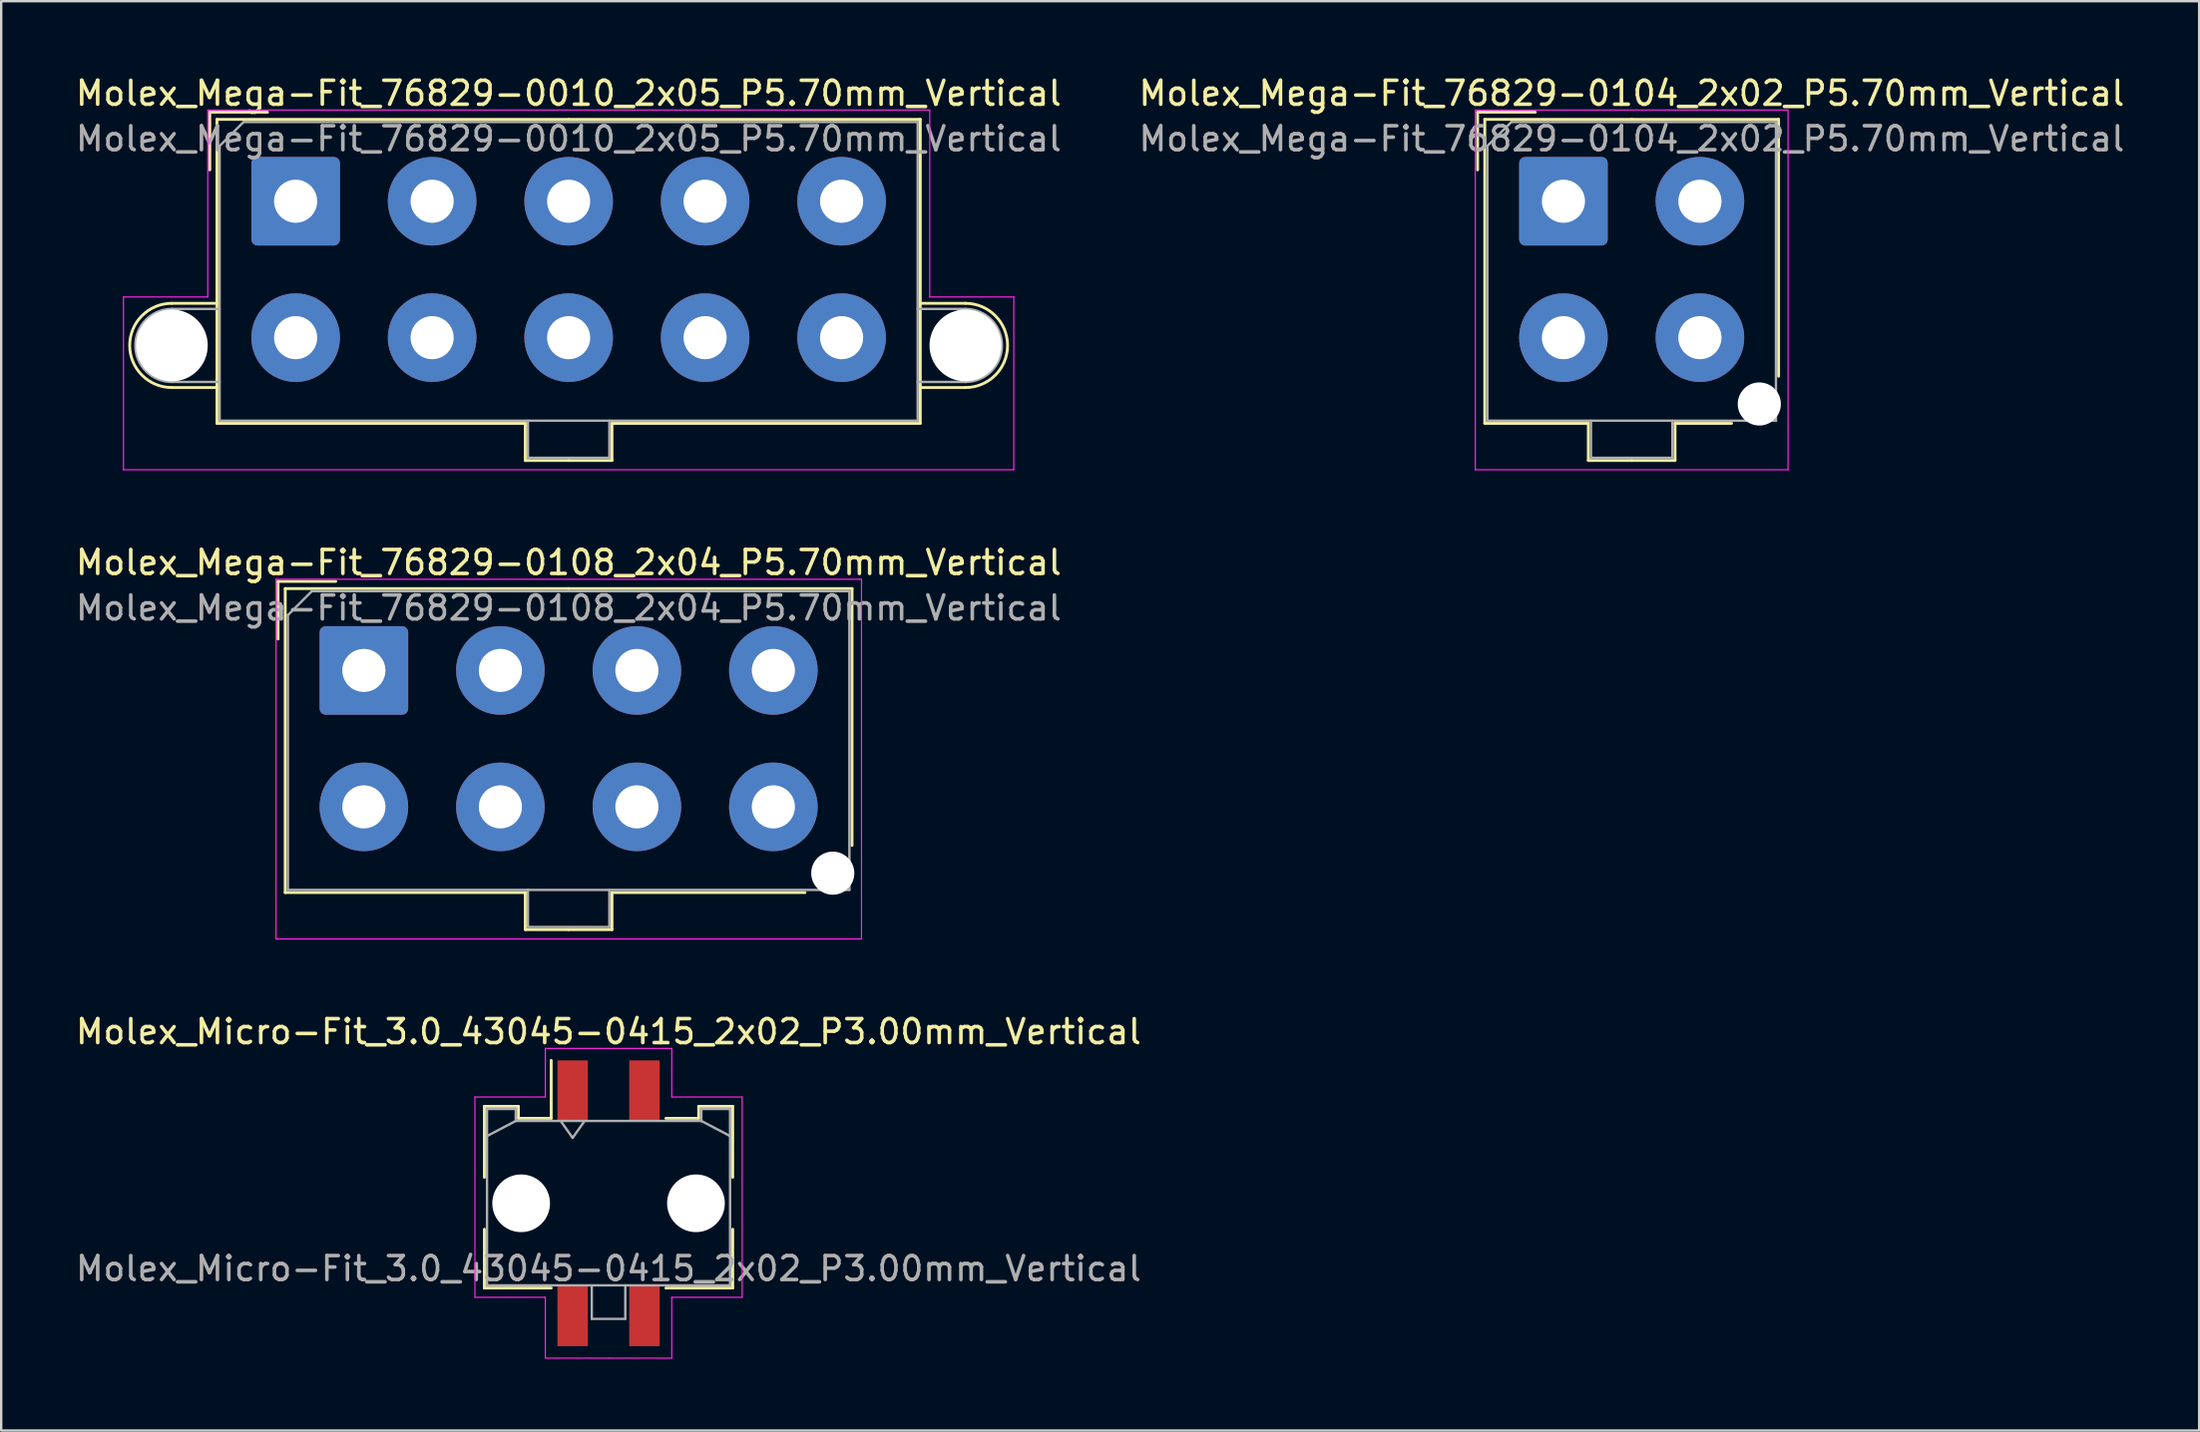
<source format=kicad_pcb>
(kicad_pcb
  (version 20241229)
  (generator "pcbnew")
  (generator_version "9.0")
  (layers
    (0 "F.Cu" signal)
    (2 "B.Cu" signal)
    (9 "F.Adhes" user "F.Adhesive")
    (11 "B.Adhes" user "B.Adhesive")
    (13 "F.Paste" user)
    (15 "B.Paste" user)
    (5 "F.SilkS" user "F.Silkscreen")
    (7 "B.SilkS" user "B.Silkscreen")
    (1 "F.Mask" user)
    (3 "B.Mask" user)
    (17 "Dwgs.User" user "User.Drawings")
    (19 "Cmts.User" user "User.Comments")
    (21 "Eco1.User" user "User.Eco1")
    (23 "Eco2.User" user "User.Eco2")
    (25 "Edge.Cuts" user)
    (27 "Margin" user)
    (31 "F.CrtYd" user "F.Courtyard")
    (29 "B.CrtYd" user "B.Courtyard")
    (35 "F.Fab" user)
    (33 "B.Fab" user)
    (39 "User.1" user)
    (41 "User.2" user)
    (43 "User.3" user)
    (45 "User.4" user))
  (footprint "Molex_Mega-Fit_76829-0010_2x05_P5.70mm_Vertical"
    (layer "F.Cu")
    (at 9.296 5.358)
    (property "Reference" "Molex_Mega-Fit_76829-0010_2x05_P5.70mm_Vertical" (at 11.4 -4.51 0) (layer "F.SilkS") (effects (font (size 1 1) (thickness 0.15))))
    (attr through_hole)
    (fp_line (start -5.17 4.265) (end -3.285 4.265) (stroke (width 0.12) (type solid)) (layer "F.SilkS"))
    (fp_line (start -5.17 7.785) (end -3.285 7.785) (stroke (width 0.12) (type solid)) (layer "F.SilkS"))
    (fp_line (start -3.585 -3.72) (end -1.175 -3.72) (stroke (width 0.12) (type solid)) (layer "F.SilkS"))
    (fp_line (start -3.585 -1.31) (end -3.585 -3.72) (stroke (width 0.12) (type solid)) (layer "F.SilkS"))
    (fp_line (start -3.285 -3.42) (end -3.285 9.28) (stroke (width 0.12) (type solid)) (layer "F.SilkS"))
    (fp_line (start -3.285 9.28) (end 9.59 9.28) (stroke (width 0.12) (type solid)) (layer "F.SilkS"))
    (fp_line (start 9.59 9.28) (end 9.59 10.83) (stroke (width 0.12) (type solid)) (layer "F.SilkS"))
    (fp_line (start 9.59 10.83) (end 11.4 10.83) (stroke (width 0.12) (type solid)) (layer "F.SilkS"))
    (fp_line (start 11.4 -3.42) (end -3.285 -3.42) (stroke (width 0.12) (type solid)) (layer "F.SilkS"))
    (fp_line (start 11.4 -3.42) (end 26.085 -3.42) (stroke (width 0.12) (type solid)) (layer "F.SilkS"))
    (fp_line (start 13.21 9.28) (end 13.21 10.83) (stroke (width 0.12) (type solid)) (layer "F.SilkS"))
    (fp_line (start 13.21 10.83) (end 11.4 10.83) (stroke (width 0.12) (type solid)) (layer "F.SilkS"))
    (fp_line (start 26.085 -3.42) (end 26.085 9.28) (stroke (width 0.12) (type solid)) (layer "F.SilkS"))
    (fp_line (start 26.085 9.28) (end 13.21 9.28) (stroke (width 0.12) (type solid)) (layer "F.SilkS"))
    (fp_line (start 27.97 4.265) (end 26.085 4.265) (stroke (width 0.12) (type solid)) (layer "F.SilkS"))
    (fp_line (start 27.97 7.785) (end 26.085 7.785) (stroke (width 0.12) (type solid)) (layer "F.SilkS"))
    (fp_arc (start -5.17 7.785) (mid -6.93 6.025) (end -5.17 4.265) (stroke (width 0.12) (type solid)) (layer "F.SilkS"))
    (fp_arc (start 27.97 4.265) (mid 29.73 6.025) (end 27.97 7.785) (stroke (width 0.12) (type solid)) (layer "F.SilkS"))
    (fp_line (start -7.19 4) (end -7.19 11.22) (stroke (width 0.05) (type solid)) (layer "F.CrtYd"))
    (fp_line (start -7.19 11.22) (end 29.99 11.22) (stroke (width 0.05) (type solid)) (layer "F.CrtYd"))
    (fp_line (start -3.67 -3.81) (end -3.67 4) (stroke (width 0.05) (type solid)) (layer "F.CrtYd"))
    (fp_line (start -3.67 4) (end -7.19 4) (stroke (width 0.05) (type solid)) (layer "F.CrtYd"))
    (fp_line (start 26.48 -3.81) (end -3.67 -3.81) (stroke (width 0.05) (type solid)) (layer "F.CrtYd"))
    (fp_line (start 26.48 4) (end 26.48 -3.81) (stroke (width 0.05) (type solid)) (layer "F.CrtYd"))
    (fp_line (start 29.99 4) (end 26.48 4) (stroke (width 0.05) (type solid)) (layer "F.CrtYd"))
    (fp_line (start 29.99 11.22) (end 29.99 4) (stroke (width 0.05) (type solid)) (layer "F.CrtYd"))
    (fp_line (start -5.17 4.5) (end -3.175 4.5) (stroke (width 0.1) (type solid)) (layer "F.Fab"))
    (fp_line (start -5.17 7.55) (end -3.175 7.55) (stroke (width 0.1) (type solid)) (layer "F.Fab"))
    (fp_line (start -3.175 -2.31) (end -3.175 9.17) (stroke (width 0.1) (type solid)) (layer "F.Fab"))
    (fp_line (start -3.175 9.17) (end 25.975 9.17) (stroke (width 0.1) (type solid)) (layer "F.Fab"))
    (fp_line (start -2.175 -3.31) (end -3.175 -2.31) (stroke (width 0.1) (type solid)) (layer "F.Fab"))
    (fp_line (start 9.7 9.17) (end 9.7 10.72) (stroke (width 0.1) (type solid)) (layer "F.Fab"))
    (fp_line (start 9.7 10.72) (end 13.1 10.72) (stroke (width 0.1) (type solid)) (layer "F.Fab"))
    (fp_line (start 13.1 10.72) (end 13.1 9.17) (stroke (width 0.1) (type solid)) (layer "F.Fab"))
    (fp_line (start 25.975 -3.31) (end -2.175 -3.31) (stroke (width 0.1) (type solid)) (layer "F.Fab"))
    (fp_line (start 25.975 9.17) (end 25.975 -3.31) (stroke (width 0.1) (type solid)) (layer "F.Fab"))
    (fp_line (start 27.97 4.5) (end 25.975 4.5) (stroke (width 0.1) (type solid)) (layer "F.Fab"))
    (fp_line (start 27.97 7.55) (end 25.975 7.55) (stroke (width 0.1) (type solid)) (layer "F.Fab"))
    (fp_arc (start -5.17 7.55) (mid -6.695 6.025) (end -5.17 4.5) (stroke (width 0.1) (type solid)) (layer "F.Fab"))
    (fp_arc (start 27.97 4.5) (mid 29.495 6.025) (end 27.97 7.55) (stroke (width 0.1) (type solid)) (layer "F.Fab"))
    (fp_text user "${REFERENCE}" (at 11.4 -2.61 0) (layer "F.Fab") (effects (font (size 1 1) (thickness 0.15))))
    (pad "" np_thru_hole circle (at -5.17 6.025) (size 3 3) (drill 3) (layers "*.Cu" "*.Mask"))
    (pad "" np_thru_hole circle (at 27.97 6.025) (size 3 3) (drill 3) (layers "*.Cu" "*.Mask"))
    (pad "1" thru_hole roundrect (at 0 0) (size 3.7 3.7) (drill 1.8) (layers "*.Cu" "*.Mask") (roundrect_rratio 0.068))
    (pad "2" thru_hole circle (at 5.7 0) (size 3.7 3.7) (drill 1.8) (layers "*.Cu" "*.Mask"))
    (pad "3" thru_hole circle (at 11.4 0) (size 3.7 3.7) (drill 1.8) (layers "*.Cu" "*.Mask"))
    (pad "4" thru_hole circle (at 17.1 0) (size 3.7 3.7) (drill 1.8) (layers "*.Cu" "*.Mask"))
    (pad "5" thru_hole circle (at 22.8 0) (size 3.7 3.7) (drill 1.8) (layers "*.Cu" "*.Mask"))
    (pad "6" thru_hole circle (at 0 5.7) (size 3.7 3.7) (drill 1.8) (layers "*.Cu" "*.Mask"))
    (pad "7" thru_hole circle (at 5.7 5.7) (size 3.7 3.7) (drill 1.8) (layers "*.Cu" "*.Mask"))
    (pad "8" thru_hole circle (at 11.4 5.7) (size 3.7 3.7) (drill 1.8) (layers "*.Cu" "*.Mask"))
    (pad "9" thru_hole circle (at 17.1 5.7) (size 3.7 3.7) (drill 1.8) (layers "*.Cu" "*.Mask"))
    (pad "10" thru_hole circle (at 22.8 5.7) (size 3.7 3.7) (drill 1.8) (layers "*.Cu" "*.Mask")))
  (footprint "Molex_Micro-Fit_3.0_43045-0415_2x02_P3.00mm_Vertical"
    (layer "F.Cu")
    (at 22.363 47.225)
    (property "Reference" "Molex_Micro-Fit_3.0_43045-0415_2x02_P3.00mm_Vertical" (at 0 -7.17 0) (layer "F.SilkS") (effects (font (size 1 1) (thickness 0.15))))
    (attr smd)
    (fp_line (start -5.185 -4.05) (end -3.765 -4.05) (stroke (width 0.12) (type solid)) (layer "F.SilkS"))
    (fp_line (start -5.185 -1.085) (end -5.185 -4.05) (stroke (width 0.12) (type solid)) (layer "F.SilkS"))
    (fp_line (start -5.185 1.085) (end -5.185 3.54) (stroke (width 0.12) (type solid)) (layer "F.SilkS"))
    (fp_line (start -5.185 3.54) (end -2.395 3.54) (stroke (width 0.12) (type solid)) (layer "F.SilkS"))
    (fp_line (start -3.765 -4.05) (end -3.765 -3.55) (stroke (width 0.12) (type solid)) (layer "F.SilkS"))
    (fp_line (start -3.765 -3.55) (end -2.395 -3.55) (stroke (width 0.12) (type solid)) (layer "F.SilkS"))
    (fp_line (start -2.395 -3.55) (end -2.395 -5.97) (stroke (width 0.12) (type solid)) (layer "F.SilkS"))
    (fp_line (start 3.765 -4.05) (end 3.765 -3.55) (stroke (width 0.12) (type solid)) (layer "F.SilkS"))
    (fp_line (start 3.765 -3.55) (end 2.395 -3.55) (stroke (width 0.12) (type solid)) (layer "F.SilkS"))
    (fp_line (start 5.185 -4.05) (end 3.765 -4.05) (stroke (width 0.12) (type solid)) (layer "F.SilkS"))
    (fp_line (start 5.185 -1.085) (end 5.185 -4.05) (stroke (width 0.12) (type solid)) (layer "F.SilkS"))
    (fp_line (start 5.185 1.085) (end 5.185 3.54) (stroke (width 0.12) (type solid)) (layer "F.SilkS"))
    (fp_line (start 5.185 3.54) (end 2.395 3.54) (stroke (width 0.12) (type solid)) (layer "F.SilkS"))
    (fp_line (start -5.58 -4.44) (end -5.58 3.93) (stroke (width 0.05) (type solid)) (layer "F.CrtYd"))
    (fp_line (start -5.58 3.93) (end -2.64 3.93) (stroke (width 0.05) (type solid)) (layer "F.CrtYd"))
    (fp_line (start -2.64 -6.47) (end -2.64 -4.44) (stroke (width 0.05) (type solid)) (layer "F.CrtYd"))
    (fp_line (start -2.64 -4.44) (end -5.58 -4.44) (stroke (width 0.05) (type solid)) (layer "F.CrtYd"))
    (fp_line (start -2.64 3.93) (end -2.64 6.47) (stroke (width 0.05) (type solid)) (layer "F.CrtYd"))
    (fp_line (start -2.64 6.47) (end 0 6.47) (stroke (width 0.05) (type solid)) (layer "F.CrtYd"))
    (fp_line (start 0 -6.47) (end -2.64 -6.47) (stroke (width 0.05) (type solid)) (layer "F.CrtYd"))
    (fp_line (start 0 -6.47) (end 2.64 -6.47) (stroke (width 0.05) (type solid)) (layer "F.CrtYd"))
    (fp_line (start 2.64 -6.47) (end 2.64 -4.44) (stroke (width 0.05) (type solid)) (layer "F.CrtYd"))
    (fp_line (start 2.64 -4.44) (end 5.58 -4.44) (stroke (width 0.05) (type solid)) (layer "F.CrtYd"))
    (fp_line (start 2.64 3.93) (end 2.64 6.47) (stroke (width 0.05) (type solid)) (layer "F.CrtYd"))
    (fp_line (start 2.64 6.47) (end 0 6.47) (stroke (width 0.05) (type solid)) (layer "F.CrtYd"))
    (fp_line (start 5.58 -4.44) (end 5.58 3.93) (stroke (width 0.05) (type solid)) (layer "F.CrtYd"))
    (fp_line (start 5.58 3.93) (end 2.64 3.93) (stroke (width 0.05) (type solid)) (layer "F.CrtYd"))
    (fp_line (start -5.075 -3.94) (end -5.075 3.43) (stroke (width 0.1) (type solid)) (layer "F.Fab"))
    (fp_line (start -5.075 -2.81) (end -3.875 -3.44) (stroke (width 0.1) (type solid)) (layer "F.Fab"))
    (fp_line (start -5.075 3.43) (end 5.075 3.43) (stroke (width 0.1) (type solid)) (layer "F.Fab"))
    (fp_line (start -3.875 -3.94) (end -5.075 -3.94) (stroke (width 0.1) (type solid)) (layer "F.Fab"))
    (fp_line (start -3.875 -3.44) (end -3.875 -3.94) (stroke (width 0.1) (type solid)) (layer "F.Fab"))
    (fp_line (start -2 -3.44) (end -1.5 -2.733) (stroke (width 0.1) (type solid)) (layer "F.Fab"))
    (fp_line (start -1.5 -2.733) (end -1 -3.44) (stroke (width 0.1) (type solid)) (layer "F.Fab"))
    (fp_line (start -0.7 3.43) (end -0.7 4.83) (stroke (width 0.1) (type solid)) (layer "F.Fab"))
    (fp_line (start -0.7 4.83) (end 0.7 4.83) (stroke (width 0.1) (type solid)) (layer "F.Fab"))
    (fp_line (start 0.7 4.83) (end 0.7 3.43) (stroke (width 0.1) (type solid)) (layer "F.Fab"))
    (fp_line (start 3.875 -3.94) (end 3.875 -3.44) (stroke (width 0.1) (type solid)) (layer "F.Fab"))
    (fp_line (start 3.875 -3.44) (end -3.875 -3.44) (stroke (width 0.1) (type solid)) (layer "F.Fab"))
    (fp_line (start 5.075 -3.94) (end 3.875 -3.94) (stroke (width 0.1) (type solid)) (layer "F.Fab"))
    (fp_line (start 5.075 -2.81) (end 3.875 -3.44) (stroke (width 0.1) (type solid)) (layer "F.Fab"))
    (fp_line (start 5.075 3.43) (end 5.075 -3.94) (stroke (width 0.1) (type solid)) (layer "F.Fab"))
    (fp_text user "${REFERENCE}" (at 0 2.73 0) (layer "F.Fab") (effects (font (size 1 1) (thickness 0.15))))
    (pad "" np_thru_hole circle (at -3.65 0) (size 2.41 2.41) (drill 2.41) (layers "*.Cu" "*.Mask"))
    (pad "" np_thru_hole circle (at 3.65 0) (size 2.41 2.41) (drill 2.41) (layers "*.Cu" "*.Mask"))
    (pad "1" smd rect (at -1.5 -4.7) (size 1.27 2.54) (layers "F.Cu" "F.Mask" "F.Paste"))
    (pad "2" smd rect (at 1.5 -4.7) (size 1.27 2.54) (layers "F.Cu" "F.Mask" "F.Paste"))
    (pad "3" smd rect (at -1.5 4.7) (size 1.27 2.54) (layers "F.Cu" "F.Mask" "F.Paste"))
    (pad "4" smd rect (at 1.5 4.7) (size 1.27 2.54) (layers "F.Cu" "F.Mask" "F.Paste")))
  (footprint "Molex_Mega-Fit_76829-0104_2x02_P5.70mm_Vertical"
    (layer "F.Cu")
    (at 62.239 5.358)
    (property "Reference" "Molex_Mega-Fit_76829-0104_2x02_P5.70mm_Vertical" (at 2.85 -4.51 0) (layer "F.SilkS") (effects (font (size 1 1) (thickness 0.15))))
    (attr through_hole)
    (fp_line (start -3.585 -3.72) (end -1.175 -3.72) (stroke (width 0.12) (type solid)) (layer "F.SilkS"))
    (fp_line (start -3.585 -1.31) (end -3.585 -3.72) (stroke (width 0.12) (type solid)) (layer "F.SilkS"))
    (fp_line (start -3.285 -3.42) (end -3.285 9.28) (stroke (width 0.12) (type solid)) (layer "F.SilkS"))
    (fp_line (start -3.285 9.28) (end 1.04 9.28) (stroke (width 0.12) (type solid)) (layer "F.SilkS"))
    (fp_line (start 1.04 9.28) (end 1.04 10.83) (stroke (width 0.12) (type solid)) (layer "F.SilkS"))
    (fp_line (start 1.04 10.83) (end 2.85 10.83) (stroke (width 0.12) (type solid)) (layer "F.SilkS"))
    (fp_line (start 2.85 -3.42) (end -3.285 -3.42) (stroke (width 0.12) (type solid)) (layer "F.SilkS"))
    (fp_line (start 2.85 -3.42) (end 8.985 -3.42) (stroke (width 0.12) (type solid)) (layer "F.SilkS"))
    (fp_line (start 4.66 9.28) (end 4.66 10.83) (stroke (width 0.12) (type solid)) (layer "F.SilkS"))
    (fp_line (start 4.66 10.83) (end 2.85 10.83) (stroke (width 0.12) (type solid)) (layer "F.SilkS"))
    (fp_line (start 7.02 9.28) (end 4.66 9.28) (stroke (width 0.12) (type solid)) (layer "F.SilkS"))
    (fp_line (start 8.985 -3.42) (end 8.985 7.31) (stroke (width 0.12) (type solid)) (layer "F.SilkS"))
    (fp_line (start -3.68 -3.81) (end -3.68 11.22) (stroke (width 0.05) (type solid)) (layer "F.CrtYd"))
    (fp_line (start -3.68 11.22) (end 9.38 11.22) (stroke (width 0.05) (type solid)) (layer "F.CrtYd"))
    (fp_line (start 9.38 -3.81) (end -3.68 -3.81) (stroke (width 0.05) (type solid)) (layer "F.CrtYd"))
    (fp_line (start 9.38 11.22) (end 9.38 -3.81) (stroke (width 0.05) (type solid)) (layer "F.CrtYd"))
    (fp_line (start -3.175 -2.31) (end -3.175 9.17) (stroke (width 0.1) (type solid)) (layer "F.Fab"))
    (fp_line (start -3.175 9.17) (end 8.875 9.17) (stroke (width 0.1) (type solid)) (layer "F.Fab"))
    (fp_line (start -2.175 -3.31) (end -3.175 -2.31) (stroke (width 0.1) (type solid)) (layer "F.Fab"))
    (fp_line (start 1.15 9.17) (end 1.15 10.72) (stroke (width 0.1) (type solid)) (layer "F.Fab"))
    (fp_line (start 1.15 10.72) (end 4.55 10.72) (stroke (width 0.1) (type solid)) (layer "F.Fab"))
    (fp_line (start 4.55 10.72) (end 4.55 9.17) (stroke (width 0.1) (type solid)) (layer "F.Fab"))
    (fp_line (start 8.875 -3.31) (end -2.175 -3.31) (stroke (width 0.1) (type solid)) (layer "F.Fab"))
    (fp_line (start 8.875 9.17) (end 8.875 -3.31) (stroke (width 0.1) (type solid)) (layer "F.Fab"))
    (fp_text user "${REFERENCE}" (at 2.85 -2.61 0) (layer "F.Fab") (effects (font (size 1 1) (thickness 0.15))))
    (pad "" np_thru_hole circle (at 8.18 8.47) (size 1.8 1.8) (drill 1.8) (layers "*.Cu" "*.Mask"))
    (pad "1" thru_hole roundrect (at 0 0) (size 3.7 3.7) (drill 1.8) (layers "*.Cu" "*.Mask") (roundrect_rratio 0.068))
    (pad "2" thru_hole circle (at 5.7 0) (size 3.7 3.7) (drill 1.8) (layers "*.Cu" "*.Mask"))
    (pad "3" thru_hole circle (at 0 5.7) (size 3.7 3.7) (drill 1.8) (layers "*.Cu" "*.Mask"))
    (pad "4" thru_hole circle (at 5.7 5.7) (size 3.7 3.7) (drill 1.8) (layers "*.Cu" "*.Mask")))
  (footprint "Molex_Mega-Fit_76829-0108_2x04_P5.70mm_Vertical"
    (layer "F.Cu")
    (at 12.146 24.962)
    (property "Reference" "Molex_Mega-Fit_76829-0108_2x04_P5.70mm_Vertical" (at 8.55 -4.51 0) (layer "F.SilkS") (effects (font (size 1 1) (thickness 0.15))))
    (attr through_hole)
    (fp_line (start -3.585 -3.72) (end -1.175 -3.72) (stroke (width 0.12) (type solid)) (layer "F.SilkS"))
    (fp_line (start -3.585 -1.31) (end -3.585 -3.72) (stroke (width 0.12) (type solid)) (layer "F.SilkS"))
    (fp_line (start -3.285 -3.42) (end -3.285 9.28) (stroke (width 0.12) (type solid)) (layer "F.SilkS"))
    (fp_line (start -3.285 9.28) (end 6.74 9.28) (stroke (width 0.12) (type solid)) (layer "F.SilkS"))
    (fp_line (start 6.74 9.28) (end 6.74 10.83) (stroke (width 0.12) (type solid)) (layer "F.SilkS"))
    (fp_line (start 6.74 10.83) (end 8.55 10.83) (stroke (width 0.12) (type solid)) (layer "F.SilkS"))
    (fp_line (start 8.55 -3.42) (end -3.285 -3.42) (stroke (width 0.12) (type solid)) (layer "F.SilkS"))
    (fp_line (start 8.55 -3.42) (end 20.385 -3.42) (stroke (width 0.12) (type solid)) (layer "F.SilkS"))
    (fp_line (start 10.36 9.28) (end 10.36 10.83) (stroke (width 0.12) (type solid)) (layer "F.SilkS"))
    (fp_line (start 10.36 10.83) (end 8.55 10.83) (stroke (width 0.12) (type solid)) (layer "F.SilkS"))
    (fp_line (start 18.42 9.28) (end 10.36 9.28) (stroke (width 0.12) (type solid)) (layer "F.SilkS"))
    (fp_line (start 20.385 -3.42) (end 20.385 7.31) (stroke (width 0.12) (type solid)) (layer "F.SilkS"))
    (fp_line (start -3.67 -3.81) (end -3.67 11.22) (stroke (width 0.05) (type solid)) (layer "F.CrtYd"))
    (fp_line (start -3.67 11.22) (end 20.78 11.22) (stroke (width 0.05) (type solid)) (layer "F.CrtYd"))
    (fp_line (start 20.78 -3.81) (end -3.67 -3.81) (stroke (width 0.05) (type solid)) (layer "F.CrtYd"))
    (fp_line (start 20.78 11.22) (end 20.78 -3.81) (stroke (width 0.05) (type solid)) (layer "F.CrtYd"))
    (fp_line (start -3.175 -2.31) (end -3.175 9.17) (stroke (width 0.1) (type solid)) (layer "F.Fab"))
    (fp_line (start -3.175 9.17) (end 20.275 9.17) (stroke (width 0.1) (type solid)) (layer "F.Fab"))
    (fp_line (start -2.175 -3.31) (end -3.175 -2.31) (stroke (width 0.1) (type solid)) (layer "F.Fab"))
    (fp_line (start 6.85 9.17) (end 6.85 10.72) (stroke (width 0.1) (type solid)) (layer "F.Fab"))
    (fp_line (start 6.85 10.72) (end 10.25 10.72) (stroke (width 0.1) (type solid)) (layer "F.Fab"))
    (fp_line (start 10.25 10.72) (end 10.25 9.17) (stroke (width 0.1) (type solid)) (layer "F.Fab"))
    (fp_line (start 20.275 -3.31) (end -2.175 -3.31) (stroke (width 0.1) (type solid)) (layer "F.Fab"))
    (fp_line (start 20.275 9.17) (end 20.275 -3.31) (stroke (width 0.1) (type solid)) (layer "F.Fab"))
    (fp_text user "${REFERENCE}" (at 8.55 -2.61 0) (layer "F.Fab") (effects (font (size 1 1) (thickness 0.15))))
    (pad "" np_thru_hole circle (at 19.58 8.47) (size 1.8 1.8) (drill 1.8) (layers "*.Cu" "*.Mask"))
    (pad "1" thru_hole roundrect (at 0 0) (size 3.7 3.7) (drill 1.8) (layers "*.Cu" "*.Mask") (roundrect_rratio 0.068))
    (pad "2" thru_hole circle (at 5.7 0) (size 3.7 3.7) (drill 1.8) (layers "*.Cu" "*.Mask"))
    (pad "3" thru_hole circle (at 11.4 0) (size 3.7 3.7) (drill 1.8) (layers "*.Cu" "*.Mask"))
    (pad "4" thru_hole circle (at 17.1 0) (size 3.7 3.7) (drill 1.8) (layers "*.Cu" "*.Mask"))
    (pad "5" thru_hole circle (at 0 5.7) (size 3.7 3.7) (drill 1.8) (layers "*.Cu" "*.Mask"))
    (pad "6" thru_hole circle (at 5.7 5.7) (size 3.7 3.7) (drill 1.8) (layers "*.Cu" "*.Mask"))
    (pad "7" thru_hole circle (at 11.4 5.7) (size 3.7 3.7) (drill 1.8) (layers "*.Cu" "*.Mask"))
    (pad "8" thru_hole circle (at 17.1 5.7) (size 3.7 3.7) (drill 1.8) (layers "*.Cu" "*.Mask")))
  (gr_rect
    (start -3 -3)
    (end 88.786 56.72)
    (stroke (width 0.1) (type default))
    (fill no)
    (layer "Edge.Cuts")))
</source>
